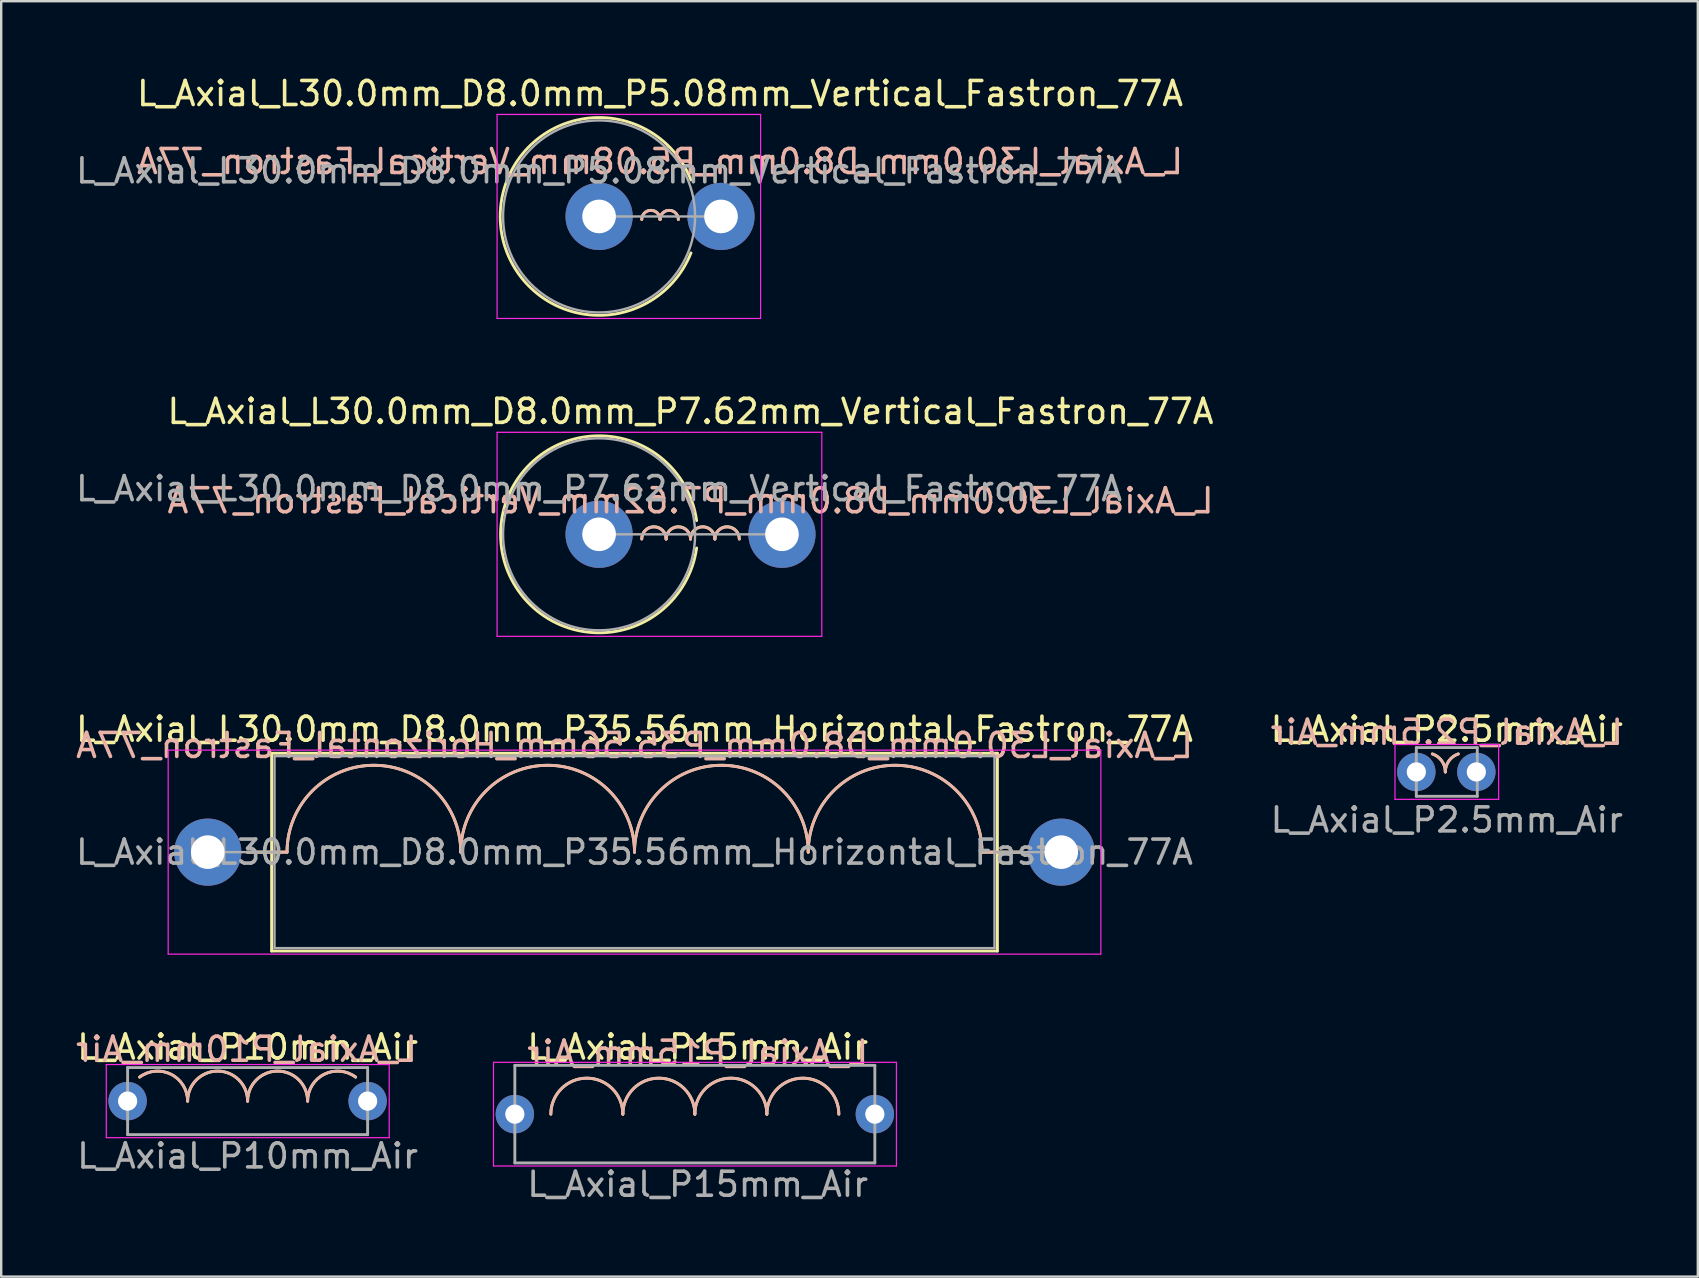
<source format=kicad_pcb>
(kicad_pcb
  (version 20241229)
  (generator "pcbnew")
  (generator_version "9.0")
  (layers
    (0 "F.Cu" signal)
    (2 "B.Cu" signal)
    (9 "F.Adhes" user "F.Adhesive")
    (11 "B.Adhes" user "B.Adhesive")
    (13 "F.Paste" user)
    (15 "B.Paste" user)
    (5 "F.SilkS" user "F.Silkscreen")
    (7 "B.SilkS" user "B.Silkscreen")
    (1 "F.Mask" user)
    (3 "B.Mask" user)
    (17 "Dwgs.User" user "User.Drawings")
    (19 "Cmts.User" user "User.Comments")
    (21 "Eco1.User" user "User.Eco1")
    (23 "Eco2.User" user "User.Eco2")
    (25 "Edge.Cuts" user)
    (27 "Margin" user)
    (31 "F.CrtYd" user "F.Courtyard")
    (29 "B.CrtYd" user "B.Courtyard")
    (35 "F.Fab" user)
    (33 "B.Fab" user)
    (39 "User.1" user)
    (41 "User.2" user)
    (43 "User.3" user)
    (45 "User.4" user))
  (footprint "L_Axial_P10mm_Air"
    (layer "F.Cu")
    (at 2.267 42.828)
    (property "Reference" "L_Axial_P10mm_Air" (at 5 -2.25 0) (layer "F.SilkS") (effects (font (size 1 1) (thickness 0.15))))
    (fp_arc (start 0.5 -1) (mid 1.809017 -1.118034) (end 2.5 0) (stroke (width 0.12) (type solid)) (layer "F.SilkS"))
    (fp_arc (start 2.5 0) (mid 3.75 -1.25) (end 5 0) (stroke (width 0.12) (type solid)) (layer "F.SilkS"))
    (fp_arc (start 5 0) (mid 6.25 -1.25) (end 7.5 0) (stroke (width 0.12) (type solid)) (layer "F.SilkS"))
    (fp_arc (start 7.5 0) (mid 8.191277 -1.118181) (end 9.500525 -0.999606) (stroke (width 0.12) (type solid)) (layer "F.SilkS"))
    (fp_arc (start 0.499475 -0.999606) (mid 1.808723 -1.118181) (end 2.5 0) (stroke (width 0.12) (type solid)) (layer "B.SilkS"))
    (fp_arc (start 2.5 0) (mid 3.75 -1.25) (end 5 0) (stroke (width 0.12) (type solid)) (layer "B.SilkS"))
    (fp_arc (start 5 0) (mid 6.25 -1.25) (end 7.5 0) (stroke (width 0.12) (type solid)) (layer "B.SilkS"))
    (fp_arc (start 7.5 0) (mid 8.190983 -1.118034) (end 9.5 -1) (stroke (width 0.12) (type solid)) (layer "B.SilkS"))
    (fp_line (start -0.889 -1.524) (end -0.889 1.524) (stroke (width 0.05) (type solid)) (layer "F.CrtYd"))
    (fp_line (start -0.889 1.524) (end 10.9 1.524) (stroke (width 0.05) (type solid)) (layer "F.CrtYd"))
    (fp_line (start 10.9 -1.524) (end -0.889 -1.524) (stroke (width 0.05) (type solid)) (layer "F.CrtYd"))
    (fp_line (start 10.9 1.524) (end 10.9 -1.524) (stroke (width 0.05) (type solid)) (layer "F.CrtYd"))
    (fp_line (start 0 -1.397) (end 0 1.397) (stroke (width 0.12) (type solid)) (layer "F.Fab"))
    (fp_line (start 0 1.397) (end 10 1.397) (stroke (width 0.12) (type solid)) (layer "F.Fab"))
    (fp_line (start 10 -1.397) (end 0 -1.397) (stroke (width 0.12) (type solid)) (layer "F.Fab"))
    (fp_line (start 10 1.397) (end 10 -1.397) (stroke (width 0.12) (type solid)) (layer "F.Fab"))
    (fp_text user "${REFERENCE}" (at 4.953 -2.159 0) (layer "B.SilkS") (effects (font (size 1 1) (thickness 0.15)) (justify mirror)))
    (fp_text user "${REFERENCE}" (at 5 2.286 0) (layer "F.Fab") (effects (font (size 1 1) (thickness 0.15))))
    (pad "1" thru_hole circle (at 0 0) (size 1.6 1.6) (drill 0.8) (layers "*.Cu" "*.Mask"))
    (pad "2" thru_hole oval (at 10 0) (size 1.6 1.6) (drill 0.8) (layers "*.Cu" "*.Mask")))
  (footprint "L_Axial_P15mm_Air"
    (layer "F.Cu")
    (at 18.401 43.372)
    (property "Reference" "L_Axial_P15mm_Air" (at 7.62 -2.794 0) (layer "F.SilkS") (effects (font (size 1 1) (thickness 0.15))))
    (fp_arc (start 1.5 0) (mid 3 -1.5) (end 4.5 0) (stroke (width 0.12) (type solid)) (layer "F.SilkS"))
    (fp_arc (start 4.5 0) (mid 6 -1.5) (end 7.5 0) (stroke (width 0.12) (type solid)) (layer "F.SilkS"))
    (fp_arc (start 7.5 0) (mid 9 -1.5) (end 10.5 0) (stroke (width 0.12) (type solid)) (layer "F.SilkS"))
    (fp_arc (start 10.5 0) (mid 12 -1.5) (end 13.5 0) (stroke (width 0.12) (type solid)) (layer "F.SilkS"))
    (fp_arc (start 1.5 0) (mid 3 -1.5) (end 4.5 0) (stroke (width 0.12) (type solid)) (layer "B.SilkS"))
    (fp_arc (start 4.5 0) (mid 6 -1.5) (end 7.5 0) (stroke (width 0.12) (type solid)) (layer "B.SilkS"))
    (fp_arc (start 7.5 0) (mid 9 -1.5) (end 10.5 0) (stroke (width 0.12) (type solid)) (layer "B.SilkS"))
    (fp_arc (start 10.5 0) (mid 12 -1.5) (end 13.5 0) (stroke (width 0.12) (type solid)) (layer "B.SilkS"))
    (fp_line (start -0.889 -2.159) (end -0.889 2.159) (stroke (width 0.05) (type solid)) (layer "F.CrtYd"))
    (fp_line (start -0.889 2.159) (end 15.9 2.159) (stroke (width 0.05) (type solid)) (layer "F.CrtYd"))
    (fp_line (start 15.9 -2.159) (end -0.889 -2.159) (stroke (width 0.05) (type solid)) (layer "F.CrtYd"))
    (fp_line (start 15.9 2.159) (end 15.9 -2.159) (stroke (width 0.05) (type solid)) (layer "F.CrtYd"))
    (fp_line (start 0 -2.032) (end 15 -2.032) (stroke (width 0.12) (type solid)) (layer "F.Fab"))
    (fp_line (start 0 0) (end 0 -2.032) (stroke (width 0.12) (type solid)) (layer "F.Fab"))
    (fp_line (start 0 2.032) (end 0 0) (stroke (width 0.12) (type solid)) (layer "F.Fab"))
    (fp_line (start 0 2.032) (end 15 2.032) (stroke (width 0.12) (type solid)) (layer "F.Fab"))
    (fp_line (start 15 -2.032) (end 15 0) (stroke (width 0.12) (type solid)) (layer "F.Fab"))
    (fp_line (start 15 2.032) (end 15 0) (stroke (width 0.12) (type solid)) (layer "F.Fab"))
    (fp_text user "${REFERENCE}" (at 7.62 -2.54 0) (layer "B.SilkS") (effects (font (size 1 1) (thickness 0.15)) (justify mirror)))
    (fp_text user "${REFERENCE}" (at 7.62 2.921 0) (layer "F.Fab") (effects (font (size 1 1) (thickness 0.15))))
    (pad "1" thru_hole circle (at 0 0) (size 1.6 1.6) (drill 0.8) (layers "*.Cu" "*.Mask"))
    (pad "2" thru_hole oval (at 15 0) (size 1.6 1.6) (drill 0.8) (layers "*.Cu" "*.Mask")))
  (footprint "L_Axial_L30.0mm_D8.0mm_P5.08mm_Vertical_Fastron_77A"
    (layer "F.Cu")
    (at 21.911 5.968)
    (property "Reference" "L_Axial_L30.0mm_D8.0mm_P5.08mm_Vertical_Fastron_77A" (at 2.54 -5.12 0) (layer "F.SilkS") (effects (font (size 1 1) (thickness 0.15))))
    (fp_arc (start 1.778 0.127) (mid 2.159 -0.254) (end 2.54 0.127) (stroke (width 0.12) (type solid)) (layer "F.SilkS"))
    (fp_arc (start 2.54 0.127) (mid 2.921 -0.254) (end 3.302 0.127) (stroke (width 0.12) (type solid)) (layer "F.SilkS"))
    (fp_arc (start 3.82936 1.52) (mid -4.12 0) (end 3.82936 -1.52) (stroke (width 0.12) (type solid)) (layer "F.SilkS"))
    (fp_arc (start 1.778 0.127) (mid 2.159 -0.254) (end 2.54 0.127) (stroke (width 0.12) (type solid)) (layer "B.SilkS"))
    (fp_arc (start 2.54 0.127) (mid 2.921 -0.254) (end 3.302 0.127) (stroke (width 0.12) (type solid)) (layer "B.SilkS"))
    (fp_line (start -4.25 -4.25) (end -4.25 4.25) (stroke (width 0.05) (type solid)) (layer "F.CrtYd"))
    (fp_line (start -4.25 4.25) (end 6.73 4.25) (stroke (width 0.05) (type solid)) (layer "F.CrtYd"))
    (fp_line (start 6.73 -4.25) (end -4.25 -4.25) (stroke (width 0.05) (type solid)) (layer "F.CrtYd"))
    (fp_line (start 6.73 4.25) (end 6.73 -4.25) (stroke (width 0.05) (type solid)) (layer "F.CrtYd"))
    (fp_line (start 0 0) (end 5.08 0) (stroke (width 0.1) (type solid)) (layer "F.Fab"))
    (fp_circle (center 0 0) (end 4 0) (stroke (width 0.1) (type solid)) (fill no) (layer "F.Fab"))
    (fp_text user "${REFERENCE}" (at 2.54 -2.286 0) (layer "B.SilkS") (effects (font (size 1 1) (thickness 0.15)) (justify mirror)))
    (fp_text user "${REFERENCE}" (at 0 -1.9 0) (layer "F.Fab") (effects (font (size 1 1) (thickness 0.15))))
    (pad "1" thru_hole circle (at 0 0) (size 2.8 2.8) (drill 1.4) (layers "*.Cu" "*.Mask"))
    (pad "2" thru_hole oval (at 5.08 0) (size 2.8 2.8) (drill 1.4) (layers "*.Cu" "*.Mask")))
  (footprint "L_Axial_L30.0mm_D8.0mm_P35.56mm_Horizontal_Fastron_77A"
    (layer "F.Cu")
    (at 5.607 32.455)
    (property "Reference" "L_Axial_L30.0mm_D8.0mm_P35.56mm_Horizontal_Fastron_77A" (at 17.78 -5.12 0) (layer "F.SilkS") (effects (font (size 1 1) (thickness 0.15))))
    (fp_line (start 1.64 0) (end 2.66 0) (stroke (width 0.12) (type solid)) (layer "F.SilkS"))
    (fp_line (start 2.66 -4.12) (end 2.66 4.12) (stroke (width 0.12) (type solid)) (layer "F.SilkS"))
    (fp_line (start 2.66 4.12) (end 32.9 4.12) (stroke (width 0.12) (type solid)) (layer "F.SilkS"))
    (fp_line (start 3.302 0) (end 2.685 0) (stroke (width 0.12) (type solid)) (layer "F.SilkS"))
    (fp_line (start 32.258 0) (end 32.893 0) (stroke (width 0.12) (type solid)) (layer "F.SilkS"))
    (fp_line (start 32.9 -4.12) (end 2.66 -4.12) (stroke (width 0.12) (type solid)) (layer "F.SilkS"))
    (fp_line (start 32.9 4.12) (end 32.9 -4.12) (stroke (width 0.12) (type solid)) (layer "F.SilkS"))
    (fp_line (start 33.92 0) (end 32.9 0) (stroke (width 0.12) (type solid)) (layer "F.SilkS"))
    (fp_arc (start 3.302 0) (mid 6.9215 -3.6195) (end 10.541 0) (stroke (width 0.12) (type solid)) (layer "F.SilkS"))
    (fp_arc (start 10.541 0) (mid 14.1605 -3.6195) (end 17.78 0) (stroke (width 0.12) (type solid)) (layer "F.SilkS"))
    (fp_arc (start 17.78 0) (mid 21.3995 -3.6195) (end 25.019 0) (stroke (width 0.12) (type solid)) (layer "F.SilkS"))
    (fp_arc (start 25.019 0) (mid 28.6385 -3.6195) (end 32.258 0) (stroke (width 0.12) (type solid)) (layer "F.SilkS"))
    (fp_line (start 1.64 0) (end 2.66 0) (stroke (width 0.12) (type solid)) (layer "B.SilkS"))
    (fp_line (start 3.302 0) (end 2.667 0) (stroke (width 0.12) (type solid)) (layer "B.SilkS"))
    (fp_line (start 32.258 0) (end 32.875 0) (stroke (width 0.12) (type solid)) (layer "B.SilkS"))
    (fp_line (start 33.92 0) (end 32.9 0) (stroke (width 0.12) (type solid)) (layer "B.SilkS"))
    (fp_arc (start 3.302 0) (mid 6.9215 -3.6195) (end 10.541 0) (stroke (width 0.12) (type solid)) (layer "B.SilkS"))
    (fp_arc (start 10.541 0) (mid 14.1605 -3.6195) (end 17.78 0) (stroke (width 0.12) (type solid)) (layer "B.SilkS"))
    (fp_arc (start 17.78 0) (mid 21.3995 -3.6195) (end 25.019 0) (stroke (width 0.12) (type solid)) (layer "B.SilkS"))
    (fp_arc (start 25.019 0) (mid 28.6385 -3.6195) (end 32.258 0) (stroke (width 0.12) (type solid)) (layer "B.SilkS"))
    (fp_line (start -1.65 -4.25) (end -1.65 4.25) (stroke (width 0.05) (type solid)) (layer "F.CrtYd"))
    (fp_line (start -1.65 4.25) (end 37.21 4.25) (stroke (width 0.05) (type solid)) (layer "F.CrtYd"))
    (fp_line (start 37.21 -4.25) (end -1.65 -4.25) (stroke (width 0.05) (type solid)) (layer "F.CrtYd"))
    (fp_line (start 37.21 4.25) (end 37.21 -4.25) (stroke (width 0.05) (type solid)) (layer "F.CrtYd"))
    (fp_line (start 0 0) (end 2.78 0) (stroke (width 0.1) (type solid)) (layer "F.Fab"))
    (fp_line (start 2.78 -4) (end 2.78 4) (stroke (width 0.1) (type solid)) (layer "F.Fab"))
    (fp_line (start 2.78 4) (end 32.78 4) (stroke (width 0.1) (type solid)) (layer "F.Fab"))
    (fp_line (start 32.78 -4) (end 2.78 -4) (stroke (width 0.1) (type solid)) (layer "F.Fab"))
    (fp_line (start 32.78 4) (end 32.78 -4) (stroke (width 0.1) (type solid)) (layer "F.Fab"))
    (fp_line (start 35.56 0) (end 32.78 0) (stroke (width 0.1) (type solid)) (layer "F.Fab"))
    (fp_text user "${REFERENCE}" (at 17.78 -4.445 0) (layer "B.SilkS") (effects (font (size 1 1) (thickness 0.15)) (justify mirror)))
    (fp_text user "${REFERENCE}" (at 17.78 0 0) (layer "F.Fab") (effects (font (size 1 1) (thickness 0.15))))
    (pad "1" thru_hole circle (at 0 0) (size 2.8 2.8) (drill 1.4) (layers "*.Cu" "*.Mask"))
    (pad "2" thru_hole oval (at 35.56 0) (size 2.8 2.8) (drill 1.4) (layers "*.Cu" "*.Mask")))
  (footprint "L_Axial_L30.0mm_D8.0mm_P7.62mm_Vertical_Fastron_77A"
    (layer "F.Cu")
    (at 21.911 19.212)
    (property "Reference" "L_Axial_L30.0mm_D8.0mm_P7.62mm_Vertical_Fastron_77A" (at 3.81 -5.12 0) (layer "F.SilkS") (effects (font (size 1 1) (thickness 0.15))))
    (fp_arc (start 1.778 0.1905) (mid 2.286 -0.3175) (end 2.794 0.1905) (stroke (width 0.12) (type solid)) (layer "F.SilkS"))
    (fp_arc (start 2.794 0.1905) (mid 3.302 -0.3175) (end 3.81 0.1905) (stroke (width 0.12) (type solid)) (layer "F.SilkS"))
    (fp_arc (start 3.81 0.1905) (mid 4.318 -0.3175) (end 4.826 0.1905) (stroke (width 0.12) (type solid)) (layer "F.SilkS"))
    (fp_arc (start 4.064 0.5715) (mid -4.103987 0) (end 4.064 -0.5715) (stroke (width 0.12) (type solid)) (layer "F.SilkS"))
    (fp_arc (start 4.826 0.1905) (mid 5.334 -0.3175) (end 5.842 0.1905) (stroke (width 0.12) (type solid)) (layer "F.SilkS"))
    (fp_arc (start 1.778 0.2032) (mid 2.286 -0.3048) (end 2.794 0.2032) (stroke (width 0.12) (type solid)) (layer "B.SilkS"))
    (fp_arc (start 2.794 0.2032) (mid 3.302 -0.3048) (end 3.81 0.2032) (stroke (width 0.12) (type solid)) (layer "B.SilkS"))
    (fp_arc (start 3.81 0.2032) (mid 4.318 -0.3048) (end 4.826 0.2032) (stroke (width 0.12) (type solid)) (layer "B.SilkS"))
    (fp_arc (start 4.826 0.2032) (mid 5.334 -0.3048) (end 5.842 0.2032) (stroke (width 0.12) (type solid)) (layer "B.SilkS"))
    (fp_line (start -4.25 -4.25) (end -4.25 4.25) (stroke (width 0.05) (type solid)) (layer "F.CrtYd"))
    (fp_line (start -4.25 4.25) (end 9.28 4.25) (stroke (width 0.05) (type solid)) (layer "F.CrtYd"))
    (fp_line (start 9.28 -4.25) (end -4.25 -4.25) (stroke (width 0.05) (type solid)) (layer "F.CrtYd"))
    (fp_line (start 9.28 4.25) (end 9.28 -4.25) (stroke (width 0.05) (type solid)) (layer "F.CrtYd"))
    (fp_line (start 0 0) (end 7.62 0) (stroke (width 0.1) (type solid)) (layer "F.Fab"))
    (fp_circle (center 0 0) (end 4 0) (stroke (width 0.1) (type solid)) (fill no) (layer "F.Fab"))
    (fp_text user "${REFERENCE}" (at 3.81 -1.397 0) (layer "B.SilkS") (effects (font (size 1 1) (thickness 0.15)) (justify mirror)))
    (fp_text user "${REFERENCE}" (at 0 -1.9 0) (layer "F.Fab") (effects (font (size 1 1) (thickness 0.15))))
    (pad "1" thru_hole circle (at 0 0) (size 2.8 2.8) (drill 1.4) (layers "*.Cu" "*.Mask"))
    (pad "2" thru_hole oval (at 7.62 0) (size 2.8 2.8) (drill 1.4) (layers "*.Cu" "*.Mask")))
  (footprint "L_Axial_P2.5mm_Air"
    (layer "F.Cu")
    (at 55.962 29.113)
    (property "Reference" "L_Axial_P2.5mm_Air" (at 1.27 -1.778 0) (layer "F.SilkS") (effects (font (size 1 1) (thickness 0.15))))
    (fp_arc (start 0.668863 -0.750001) (mid 1.060347 -0.46206) (end 1.209432 0.00048) (stroke (width 0.12) (type solid)) (layer "F.SilkS"))
    (fp_arc (start 1.209432 -0.000001) (mid 1.358658 -0.462254) (end 1.750001 -0.749999) (stroke (width 0.12) (type solid)) (layer "F.SilkS"))
    (fp_arc (start 0.665931 -0.749998) (mid 1.057274 -0.462253) (end 1.2065 0) (stroke (width 0.12) (type solid)) (layer "B.SilkS"))
    (fp_arc (start 1.2065 0.000481) (mid 1.355585 -0.462059) (end 1.747069 -0.75) (stroke (width 0.12) (type solid)) (layer "B.SilkS"))
    (fp_line (start -0.889 -1.143) (end -0.889 1.143) (stroke (width 0.05) (type solid)) (layer "F.CrtYd"))
    (fp_line (start -0.889 1.143) (end 3.429 1.143) (stroke (width 0.05) (type solid)) (layer "F.CrtYd"))
    (fp_line (start 3.429 -1.143) (end -0.889 -1.143) (stroke (width 0.05) (type solid)) (layer "F.CrtYd"))
    (fp_line (start 3.429 1.143) (end 3.429 -1.143) (stroke (width 0.05) (type solid)) (layer "F.CrtYd"))
    (fp_line (start 0 -1.016) (end 2.54 -1.016) (stroke (width 0.12) (type solid)) (layer "F.Fab"))
    (fp_line (start 0 0) (end 0 -1.016) (stroke (width 0.12) (type solid)) (layer "F.Fab"))
    (fp_line (start 0 1.016) (end 0 0) (stroke (width 0.12) (type solid)) (layer "F.Fab"))
    (fp_line (start 2.54 -1.016) (end 2.54 1.016) (stroke (width 0.12) (type solid)) (layer "F.Fab"))
    (fp_line (start 2.54 1.016) (end 0 1.016) (stroke (width 0.12) (type solid)) (layer "F.Fab"))
    (fp_text user "${REFERENCE}" (at 1.27 -1.651 0) (layer "B.SilkS") (effects (font (size 1 1) (thickness 0.15)) (justify mirror)))
    (fp_text user "${REFERENCE}" (at 1.27 2 0) (layer "F.Fab") (effects (font (size 1 1) (thickness 0.15))))
    (pad "1" thru_hole circle (at 0 0) (size 1.6 1.6) (drill 0.8) (layers "*.Cu" "*.Mask"))
    (pad "2" thru_hole oval (at 2.5 0) (size 1.6 1.6) (drill 0.8) (layers "*.Cu" "*.Mask")))
  (gr_rect
    (start -3 -3)
    (end 67.69 50.141)
    (stroke (width 0.1) (type default))
    (fill no)
    (layer "Edge.Cuts")))
</source>
